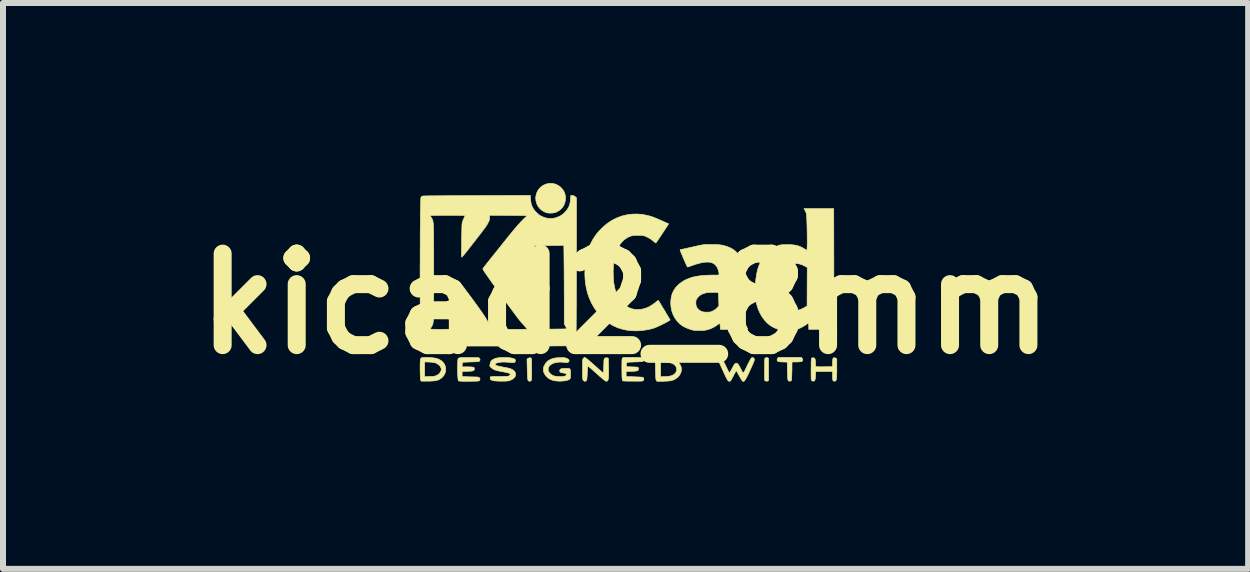
<source format=kicad_pcb>
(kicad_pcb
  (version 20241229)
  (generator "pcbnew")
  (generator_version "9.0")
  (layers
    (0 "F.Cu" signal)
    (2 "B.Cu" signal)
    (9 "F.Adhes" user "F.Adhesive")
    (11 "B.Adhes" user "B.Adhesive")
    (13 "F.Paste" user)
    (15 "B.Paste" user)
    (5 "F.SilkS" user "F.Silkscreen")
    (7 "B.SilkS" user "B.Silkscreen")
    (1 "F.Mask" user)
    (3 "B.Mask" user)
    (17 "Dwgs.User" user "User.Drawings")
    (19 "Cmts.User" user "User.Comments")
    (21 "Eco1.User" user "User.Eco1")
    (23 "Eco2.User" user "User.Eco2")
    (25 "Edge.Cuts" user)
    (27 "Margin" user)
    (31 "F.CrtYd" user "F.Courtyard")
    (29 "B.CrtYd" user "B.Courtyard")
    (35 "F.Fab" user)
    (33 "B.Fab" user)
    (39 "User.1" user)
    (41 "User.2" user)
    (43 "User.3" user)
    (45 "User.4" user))
  (footprint "kicad2_8mm"
    (layer "F.Cu")
    (at 7.373 2.011)
    (property "Reference" "kicad2_8mm" (at 0 0 0) (layer "F.SilkS") (effects (font (size 1.524 1.524) (thickness 0.3))))
    (attr through_hole)
    (fp_poly (pts (xy 2.361 0.898) (xy 2.369 0.902) (xy 2.383 0.91) (xy 2.383 1.28) (xy 2.368 1.287) (xy 2.357 1.292) (xy 2.347 1.291) (xy 2.337 1.287) (xy 2.325 1.282) (xy 2.318 1.278) (xy 2.318 1.278) (xy 2.317 1.272) (xy 2.317 1.258) (xy 2.316 1.236) (xy 2.316 1.207) (xy 2.316 1.173) (xy 2.316 1.134) (xy 2.316 1.094) (xy 2.316 1.046) (xy 2.317 1.007) (xy 2.317 0.977) (xy 2.318 0.953) (xy 2.318 0.935) (xy 2.32 0.923) (xy 2.321 0.915) (xy 2.323 0.91) (xy 2.325 0.907) (xy 2.326 0.906) (xy 2.344 0.897) (xy 2.361 0.898)) (stroke (width 0.01) (type solid)) (fill yes) (layer "F.SilkS"))
    (fp_poly (pts (xy -1.58 0.902) (xy -1.57 0.911) (xy -1.568 0.916) (xy -1.567 0.924) (xy -1.566 0.941) (xy -1.566 0.965) (xy -1.565 0.996) (xy -1.565 1.031) (xy -1.564 1.07) (xy -1.564 1.096) (xy -1.564 1.143) (xy -1.564 1.181) (xy -1.564 1.21) (xy -1.565 1.233) (xy -1.565 1.249) (xy -1.567 1.261) (xy -1.568 1.269) (xy -1.57 1.275) (xy -1.571 1.277) (xy -1.584 1.289) (xy -1.599 1.292) (xy -1.608 1.289) (xy -1.615 1.286) (xy -1.62 1.282) (xy -1.624 1.276) (xy -1.627 1.267) (xy -1.63 1.255) (xy -1.632 1.237) (xy -1.633 1.213) (xy -1.635 1.183) (xy -1.636 1.144) (xy -1.638 1.096) (xy -1.638 1.093) (xy -1.642 0.923) (xy -1.63 0.914) (xy -1.612 0.904) (xy -1.595 0.9) (xy -1.58 0.902)) (stroke (width 0.01) (type solid)) (fill yes) (layer "F.SilkS"))
    (fp_poly (pts (xy -1.197 -2.001) (xy -1.154 -1.988) (xy -1.112 -1.965) (xy -1.081 -1.941) (xy -1.047 -1.904) (xy -1.022 -1.863) (xy -1.007 -1.818) (xy -1 -1.769) (xy -1 -1.758) (xy -1.005 -1.707) (xy -1.019 -1.661) (xy -1.041 -1.618) (xy -1.072 -1.582) (xy -1.109 -1.551) (xy -1.154 -1.527) (xy -1.183 -1.517) (xy -1.211 -1.512) (xy -1.243 -1.51) (xy -1.277 -1.511) (xy -1.306 -1.515) (xy -1.312 -1.516) (xy -1.358 -1.534) (xy -1.398 -1.559) (xy -1.433 -1.591) (xy -1.461 -1.629) (xy -1.481 -1.671) (xy -1.493 -1.716) (xy -1.497 -1.764) (xy -1.494 -1.793) (xy -1.482 -1.841) (xy -1.463 -1.883) (xy -1.436 -1.92) (xy -1.404 -1.951) (xy -1.368 -1.975) (xy -1.328 -1.993) (xy -1.285 -2.003) (xy -1.241 -2.006) (xy -1.197 -2.001)) (stroke (width 0.01) (type solid)) (fill yes) (layer "F.SilkS"))
    (fp_poly (pts (xy 2.94 0.906) (xy 2.949 0.921) (xy 2.951 0.938) (xy 2.947 0.954) (xy 2.947 0.954) (xy 2.938 0.961) (xy 2.92 0.965) (xy 2.893 0.968) (xy 2.857 0.97) (xy 2.836 0.97) (xy 2.774 0.97) (xy 2.773 1.048) (xy 2.773 1.084) (xy 2.772 1.125) (xy 2.771 1.165) (xy 2.769 1.201) (xy 2.769 1.201) (xy 2.766 1.277) (xy 2.751 1.286) (xy 2.737 1.291) (xy 2.725 1.289) (xy 2.718 1.286) (xy 2.713 1.281) (xy 2.708 1.275) (xy 2.705 1.265) (xy 2.703 1.251) (xy 2.701 1.232) (xy 2.7 1.206) (xy 2.699 1.173) (xy 2.698 1.131) (xy 2.697 1.118) (xy 2.695 0.973) (xy 2.62 0.97) (xy 2.59 0.969) (xy 2.568 0.967) (xy 2.553 0.965) (xy 2.543 0.963) (xy 2.537 0.959) (xy 2.535 0.958) (xy 2.526 0.944) (xy 2.526 0.927) (xy 2.534 0.909) (xy 2.535 0.907) (xy 2.546 0.894) (xy 2.929 0.894) (xy 2.94 0.906)) (stroke (width 0.01) (type solid)) (fill yes) (layer "F.SilkS"))
    (fp_poly (pts (xy -3.291 0.895) (xy -3.257 0.897) (xy -3.223 0.9) (xy -3.191 0.903) (xy -3.163 0.908) (xy -3.143 0.913) (xy -3.1 0.93) (xy -3.063 0.954) (xy -3.033 0.984) (xy -3.011 1.02) (xy -3.007 1.03) (xy -2.997 1.069) (xy -2.996 1.109) (xy -3.004 1.147) (xy -3.02 1.183) (xy -3.044 1.216) (xy -3.074 1.244) (xy -3.11 1.265) (xy -3.122 1.27) (xy -3.144 1.277) (xy -3.168 1.282) (xy -3.197 1.286) (xy -3.231 1.288) (xy -3.272 1.29) (xy -3.313 1.29) (xy -3.403 1.29) (xy -3.412 1.278) (xy -3.414 1.272) (xy -3.416 1.265) (xy -3.418 1.253) (xy -3.419 1.237) (xy -3.42 1.215) (xy -3.348 1.215) (xy -3.268 1.213) (xy -3.235 1.212) (xy -3.211 1.211) (xy -3.193 1.209) (xy -3.178 1.206) (xy -3.165 1.202) (xy -3.158 1.199) (xy -3.124 1.182) (xy -3.099 1.159) (xy -3.08 1.131) (xy -3.071 1.105) (xy -3.071 1.08) (xy -3.081 1.055) (xy -3.087 1.044) (xy -3.105 1.025) (xy -3.128 1.006) (xy -3.153 0.992) (xy -3.169 0.986) (xy -3.201 0.979) (xy -3.238 0.974) (xy -3.278 0.971) (xy -3.303 0.97) (xy -3.348 0.97) (xy -3.348 1.215) (xy -3.42 1.215) (xy -3.42 1.214) (xy -3.421 1.184) (xy -3.422 1.146) (xy -3.423 1.124) (xy -3.423 1.068) (xy -3.423 1.022) (xy -3.422 0.985) (xy -3.42 0.955) (xy -3.417 0.933) (xy -3.413 0.917) (xy -3.408 0.907) (xy -3.406 0.905) (xy -3.396 0.9) (xy -3.378 0.897) (xy -3.353 0.895) (xy -3.324 0.895) (xy -3.291 0.895)) (stroke (width 0.01) (type solid)) (fill yes) (layer "F.SilkS"))
    (fp_poly (pts (xy 0.648 0.896) (xy 0.686 0.899) (xy 0.721 0.903) (xy 0.752 0.907) (xy 0.767 0.91) (xy 0.812 0.926) (xy 0.852 0.95) (xy 0.886 0.982) (xy 0.912 1.02) (xy 0.917 1.029) (xy 0.929 1.064) (xy 0.932 1.1) (xy 0.926 1.135) (xy 0.912 1.17) (xy 0.891 1.201) (xy 0.864 1.229) (xy 0.831 1.253) (xy 0.793 1.272) (xy 0.751 1.283) (xy 0.739 1.285) (xy 0.72 1.287) (xy 0.695 1.289) (xy 0.667 1.29) (xy 0.636 1.292) (xy 0.606 1.292) (xy 0.578 1.293) (xy 0.554 1.293) (xy 0.536 1.292) (xy 0.526 1.291) (xy 0.525 1.291) (xy 0.519 1.287) (xy 0.514 1.282) (xy 0.511 1.274) (xy 0.507 1.262) (xy 0.505 1.246) (xy 0.503 1.224) (xy 0.502 1.195) (xy 0.501 1.158) (xy 0.5 1.113) (xy 0.499 1.102) (xy 0.584 1.102) (xy 0.584 1.135) (xy 0.584 1.164) (xy 0.584 1.188) (xy 0.584 1.205) (xy 0.584 1.215) (xy 0.584 1.216) (xy 0.589 1.217) (xy 0.6 1.216) (xy 0.608 1.216) (xy 0.624 1.215) (xy 0.647 1.214) (xy 0.672 1.213) (xy 0.683 1.212) (xy 0.73 1.208) (xy 0.768 1.198) (xy 0.799 1.183) (xy 0.824 1.163) (xy 0.839 1.144) (xy 0.851 1.117) (xy 0.853 1.089) (xy 0.847 1.062) (xy 0.833 1.036) (xy 0.812 1.014) (xy 0.784 0.997) (xy 0.76 0.988) (xy 0.729 0.981) (xy 0.691 0.975) (xy 0.652 0.972) (xy 0.621 0.97) (xy 0.602 0.971) (xy 0.591 0.972) (xy 0.586 0.974) (xy 0.584 0.979) (xy 0.584 0.98) (xy 0.584 0.988) (xy 0.584 1.005) (xy 0.584 1.028) (xy 0.584 1.057) (xy 0.584 1.089) (xy 0.584 1.102) (xy 0.499 1.102) (xy 0.499 1.087) (xy 0.496 0.921) (xy 0.514 0.909) (xy 0.523 0.903) (xy 0.534 0.899) (xy 0.548 0.897) (xy 0.568 0.895) (xy 0.581 0.895) (xy 0.613 0.895) (xy 0.648 0.896)) (stroke (width 0.01) (type solid)) (fill yes) (layer "F.SilkS"))
    (fp_poly (pts (xy 3.136 0.901) (xy 3.144 0.904) (xy 3.153 0.913) (xy 3.16 0.929) (xy 3.164 0.953) (xy 3.165 0.986) (xy 3.165 0.99) (xy 3.165 1.012) (xy 3.166 1.03) (xy 3.168 1.042) (xy 3.169 1.045) (xy 3.173 1.047) (xy 3.181 1.049) (xy 3.195 1.05) (xy 3.216 1.05) (xy 3.245 1.051) (xy 3.282 1.051) (xy 3.31 1.05) (xy 3.447 1.049) (xy 3.449 0.982) (xy 3.451 0.95) (xy 3.453 0.926) (xy 3.456 0.912) (xy 3.459 0.908) (xy 3.471 0.9) (xy 3.487 0.9) (xy 3.503 0.907) (xy 3.507 0.91) (xy 3.52 0.92) (xy 3.52 1.068) (xy 3.52 1.122) (xy 3.519 1.166) (xy 3.518 1.202) (xy 3.517 1.23) (xy 3.514 1.251) (xy 3.511 1.267) (xy 3.507 1.278) (xy 3.501 1.285) (xy 3.494 1.289) (xy 3.486 1.29) (xy 3.48 1.29) (xy 3.469 1.289) (xy 3.461 1.285) (xy 3.455 1.277) (xy 3.452 1.263) (xy 3.45 1.241) (xy 3.449 1.212) (xy 3.449 1.2) (xy 3.449 1.128) (xy 3.31 1.128) (xy 3.269 1.128) (xy 3.237 1.128) (xy 3.212 1.128) (xy 3.194 1.129) (xy 3.183 1.13) (xy 3.175 1.131) (xy 3.171 1.133) (xy 3.169 1.136) (xy 3.169 1.137) (xy 3.168 1.145) (xy 3.167 1.162) (xy 3.166 1.182) (xy 3.165 1.194) (xy 3.164 1.228) (xy 3.16 1.254) (xy 3.155 1.272) (xy 3.147 1.283) (xy 3.135 1.289) (xy 3.122 1.29) (xy 3.108 1.285) (xy 3.1 1.277) (xy 3.098 1.272) (xy 3.096 1.266) (xy 3.094 1.258) (xy 3.093 1.247) (xy 3.093 1.231) (xy 3.092 1.209) (xy 3.092 1.18) (xy 3.092 1.144) (xy 3.092 1.099) (xy 3.092 1.088) (xy 3.093 1.041) (xy 3.093 1.003) (xy 3.093 0.974) (xy 3.094 0.951) (xy 3.095 0.934) (xy 3.096 0.923) (xy 3.097 0.915) (xy 3.099 0.91) (xy 3.101 0.907) (xy 3.102 0.906) (xy 3.118 0.9) (xy 3.136 0.901)) (stroke (width 0.01) (type solid)) (fill yes) (layer "F.SilkS"))
    (fp_poly (pts (xy -1.047 0.898) (xy -1.022 0.9) (xy -1.004 0.902) (xy -0.988 0.907) (xy -0.988 0.907) (xy -0.963 0.918) (xy -0.947 0.931) (xy -0.94 0.945) (xy -0.942 0.96) (xy -0.95 0.97) (xy -0.957 0.976) (xy -0.965 0.979) (xy -0.978 0.98) (xy -0.995 0.979) (xy -1.02 0.977) (xy -1.042 0.974) (xy -1.086 0.972) (xy -1.13 0.975) (xy -1.171 0.982) (xy -1.208 0.994) (xy -1.239 1.01) (xy -1.263 1.029) (xy -1.271 1.039) (xy -1.286 1.067) (xy -1.29 1.095) (xy -1.285 1.122) (xy -1.269 1.149) (xy -1.262 1.157) (xy -1.239 1.179) (xy -1.214 1.194) (xy -1.183 1.205) (xy -1.147 1.211) (xy -1.12 1.213) (xy -1.076 1.214) (xy -1.042 1.212) (xy -1.016 1.208) (xy -0.999 1.201) (xy -0.989 1.191) (xy -0.986 1.178) (xy -0.986 1.175) (xy -0.988 1.168) (xy -0.991 1.164) (xy -0.999 1.161) (xy -1.012 1.158) (xy -1.033 1.155) (xy -1.061 1.15) (xy -1.08 1.144) (xy -1.092 1.136) (xy -1.097 1.124) (xy -1.097 1.118) (xy -1.095 1.104) (xy -1.088 1.093) (xy -1.075 1.085) (xy -1.055 1.08) (xy -1.026 1.078) (xy -0.992 1.077) (xy -0.966 1.077) (xy -0.946 1.079) (xy -0.933 1.083) (xy -0.924 1.091) (xy -0.92 1.104) (xy -0.917 1.125) (xy -0.917 1.153) (xy -0.917 1.171) (xy -0.917 1.202) (xy -0.918 1.225) (xy -0.921 1.241) (xy -0.926 1.252) (xy -0.935 1.26) (xy -0.949 1.267) (xy -0.969 1.274) (xy -0.973 1.276) (xy -0.997 1.282) (xy -1.028 1.286) (xy -1.064 1.289) (xy -1.102 1.29) (xy -1.138 1.288) (xy -1.171 1.285) (xy -1.198 1.28) (xy -1.245 1.264) (xy -1.284 1.243) (xy -1.316 1.215) (xy -1.342 1.181) (xy -1.352 1.162) (xy -1.362 1.142) (xy -1.367 1.126) (xy -1.369 1.107) (xy -1.369 1.095) (xy -1.368 1.074) (xy -1.365 1.056) (xy -1.358 1.039) (xy -1.351 1.025) (xy -1.328 0.988) (xy -1.3 0.957) (xy -1.264 0.934) (xy -1.222 0.916) (xy -1.172 0.904) (xy -1.115 0.899) (xy -1.079 0.898) (xy -1.047 0.898)) (stroke (width 0.01) (type solid)) (fill yes) (layer "F.SilkS"))
    (fp_poly (pts (xy -2.626 0.897) (xy -2.612 0.897) (xy -2.449 0.897) (xy -2.435 0.91) (xy -2.426 0.921) (xy -2.424 0.932) (xy -2.426 0.939) (xy -2.431 0.952) (xy -2.44 0.961) (xy -2.449 0.963) (xy -2.467 0.965) (xy -2.494 0.967) (xy -2.528 0.968) (xy -2.57 0.97) (xy -2.582 0.97) (xy -2.617 0.971) (xy -2.649 0.973) (xy -2.677 0.974) (xy -2.698 0.975) (xy -2.711 0.976) (xy -2.716 0.977) (xy -2.717 0.983) (xy -2.719 0.996) (xy -2.721 1.014) (xy -2.721 1.015) (xy -2.724 1.051) (xy -2.641 1.051) (xy -2.611 1.052) (xy -2.584 1.053) (xy -2.561 1.054) (xy -2.544 1.056) (xy -2.539 1.057) (xy -2.526 1.061) (xy -2.521 1.067) (xy -2.52 1.079) (xy -2.52 1.081) (xy -2.521 1.097) (xy -2.525 1.108) (xy -2.535 1.115) (xy -2.552 1.12) (xy -2.576 1.123) (xy -2.579 1.123) (xy -2.606 1.125) (xy -2.637 1.126) (xy -2.667 1.127) (xy -2.673 1.127) (xy -2.723 1.128) (xy -2.723 1.213) (xy -2.653 1.216) (xy -2.622 1.217) (xy -2.587 1.218) (xy -2.555 1.219) (xy -2.53 1.219) (xy -2.496 1.22) (xy -2.471 1.221) (xy -2.453 1.224) (xy -2.441 1.228) (xy -2.433 1.234) (xy -2.43 1.238) (xy -2.425 1.248) (xy -2.426 1.259) (xy -2.428 1.267) (xy -2.434 1.28) (xy -2.443 1.286) (xy -2.45 1.287) (xy -2.464 1.289) (xy -2.486 1.29) (xy -2.514 1.291) (xy -2.547 1.291) (xy -2.584 1.292) (xy -2.622 1.292) (xy -2.659 1.292) (xy -2.694 1.292) (xy -2.701 1.292) (xy -2.731 1.291) (xy -2.752 1.29) (xy -2.766 1.289) (xy -2.775 1.287) (xy -2.781 1.285) (xy -2.785 1.281) (xy -2.787 1.278) (xy -2.79 1.269) (xy -2.792 1.25) (xy -2.794 1.225) (xy -2.796 1.195) (xy -2.798 1.16) (xy -2.799 1.123) (xy -2.799 1.084) (xy -2.799 1.046) (xy -2.798 1.011) (xy -2.797 0.984) (xy -2.796 0.961) (xy -2.795 0.942) (xy -2.793 0.928) (xy -2.789 0.916) (xy -2.782 0.908) (xy -2.772 0.903) (xy -2.756 0.899) (xy -2.735 0.897) (xy -2.707 0.897) (xy -2.671 0.896) (xy -2.626 0.897)) (stroke (width 0.01) (type solid)) (fill yes) (layer "F.SilkS"))
    (fp_poly (pts (xy -0.675 0.896) (xy -0.664 0.903) (xy -0.648 0.914) (xy -0.627 0.931) (xy -0.601 0.953) (xy -0.569 0.981) (xy -0.53 1.016) (xy -0.484 1.056) (xy -0.47 1.069) (xy -0.438 1.098) (xy -0.413 1.12) (xy -0.394 1.136) (xy -0.38 1.147) (xy -0.372 1.152) (xy -0.369 1.153) (xy -0.369 1.153) (xy -0.368 1.147) (xy -0.367 1.133) (xy -0.366 1.112) (xy -0.365 1.085) (xy -0.364 1.053) (xy -0.363 1.035) (xy -0.362 0.998) (xy -0.361 0.969) (xy -0.36 0.949) (xy -0.358 0.934) (xy -0.357 0.924) (xy -0.354 0.918) (xy -0.351 0.913) (xy -0.348 0.91) (xy -0.347 0.909) (xy -0.328 0.9) (xy -0.307 0.901) (xy -0.298 0.905) (xy -0.286 0.91) (xy -0.283 1.056) (xy -0.282 1.109) (xy -0.282 1.154) (xy -0.282 1.19) (xy -0.283 1.219) (xy -0.285 1.241) (xy -0.288 1.258) (xy -0.292 1.271) (xy -0.297 1.28) (xy -0.301 1.284) (xy -0.306 1.288) (xy -0.311 1.291) (xy -0.317 1.292) (xy -0.325 1.29) (xy -0.335 1.286) (xy -0.347 1.277) (xy -0.364 1.265) (xy -0.384 1.248) (xy -0.41 1.226) (xy -0.441 1.199) (xy -0.478 1.166) (xy -0.515 1.133) (xy -0.543 1.108) (xy -0.568 1.086) (xy -0.59 1.067) (xy -0.608 1.053) (xy -0.62 1.043) (xy -0.626 1.039) (xy -0.627 1.039) (xy -0.629 1.043) (xy -0.631 1.054) (xy -0.633 1.073) (xy -0.635 1.102) (xy -0.637 1.14) (xy -0.638 1.154) (xy -0.639 1.192) (xy -0.641 1.221) (xy -0.643 1.242) (xy -0.644 1.257) (xy -0.646 1.267) (xy -0.649 1.274) (xy -0.652 1.278) (xy -0.653 1.28) (xy -0.669 1.291) (xy -0.684 1.292) (xy -0.694 1.286) (xy -0.7 1.281) (xy -0.705 1.275) (xy -0.709 1.268) (xy -0.712 1.258) (xy -0.714 1.244) (xy -0.716 1.225) (xy -0.716 1.2) (xy -0.717 1.167) (xy -0.717 1.127) (xy -0.717 1.097) (xy -0.717 1.058) (xy -0.717 1.021) (xy -0.716 0.989) (xy -0.716 0.962) (xy -0.715 0.942) (xy -0.714 0.931) (xy -0.714 0.929) (xy -0.707 0.915) (xy -0.697 0.903) (xy -0.686 0.895) (xy -0.682 0.894) (xy -0.675 0.896)) (stroke (width 0.01) (type solid)) (fill yes) (layer "F.SilkS"))
    (fp_poly (pts (xy 0.101 0.894) (xy 0.152 0.895) (xy 0.194 0.895) (xy 0.228 0.896) (xy 0.254 0.898) (xy 0.274 0.9) (xy 0.287 0.903) (xy 0.296 0.906) (xy 0.3 0.91) (xy 0.303 0.92) (xy 0.305 0.933) (xy 0.304 0.942) (xy 0.302 0.95) (xy 0.297 0.955) (xy 0.288 0.96) (xy 0.274 0.963) (xy 0.254 0.965) (xy 0.227 0.967) (xy 0.192 0.969) (xy 0.152 0.97) (xy 0.117 0.971) (xy 0.086 0.972) (xy 0.059 0.974) (xy 0.038 0.976) (xy 0.025 0.977) (xy 0.021 0.978) (xy 0.018 0.985) (xy 0.016 1) (xy 0.014 1.016) (xy 0.013 1.049) (xy 0.108 1.052) (xy 0.14 1.053) (xy 0.168 1.054) (xy 0.189 1.056) (xy 0.203 1.058) (xy 0.208 1.059) (xy 0.215 1.073) (xy 0.216 1.09) (xy 0.211 1.106) (xy 0.209 1.107) (xy 0.203 1.114) (xy 0.193 1.118) (xy 0.179 1.121) (xy 0.159 1.123) (xy 0.136 1.125) (xy 0.107 1.126) (xy 0.078 1.127) (xy 0.065 1.127) (xy 0.01 1.128) (xy 0.01 1.214) (xy 0.034 1.215) (xy 0.08 1.215) (xy 0.124 1.217) (xy 0.166 1.218) (xy 0.203 1.22) (xy 0.236 1.221) (xy 0.263 1.223) (xy 0.282 1.225) (xy 0.293 1.227) (xy 0.295 1.227) (xy 0.299 1.236) (xy 0.303 1.249) (xy 0.303 1.251) (xy 0.304 1.266) (xy 0.298 1.277) (xy 0.295 1.28) (xy 0.292 1.283) (xy 0.288 1.285) (xy 0.282 1.287) (xy 0.274 1.288) (xy 0.261 1.289) (xy 0.243 1.29) (xy 0.219 1.29) (xy 0.187 1.29) (xy 0.147 1.29) (xy 0.123 1.29) (xy 0.083 1.29) (xy 0.047 1.29) (xy 0.015 1.289) (xy -0.012 1.288) (xy -0.031 1.287) (xy -0.043 1.286) (xy -0.045 1.286) (xy -0.049 1.281) (xy -0.052 1.274) (xy -0.055 1.261) (xy -0.057 1.244) (xy -0.059 1.22) (xy -0.06 1.189) (xy -0.06 1.15) (xy -0.061 1.103) (xy -0.061 1.08) (xy -0.061 1.036) (xy -0.061 1.001) (xy -0.06 0.974) (xy -0.06 0.953) (xy -0.059 0.938) (xy -0.058 0.927) (xy -0.056 0.92) (xy -0.054 0.914) (xy -0.051 0.91) (xy -0.05 0.909) (xy -0.04 0.894) (xy 0.101 0.894)) (stroke (width 0.01) (type solid)) (fill yes) (layer "F.SilkS"))
    (fp_poly (pts (xy -1.97 0.896) (xy -1.931 0.9) (xy -1.897 0.905) (xy -1.87 0.912) (xy -1.85 0.921) (xy -1.839 0.93) (xy -1.838 0.932) (xy -1.835 0.949) (xy -1.84 0.966) (xy -1.85 0.977) (xy -1.856 0.98) (xy -1.864 0.981) (xy -1.875 0.982) (xy -1.892 0.981) (xy -1.916 0.979) (xy -1.945 0.976) (xy -1.981 0.973) (xy -2.009 0.972) (xy -2.033 0.971) (xy -2.055 0.972) (xy -2.078 0.974) (xy -2.082 0.974) (xy -2.119 0.98) (xy -2.146 0.987) (xy -2.163 0.995) (xy -2.171 1.005) (xy -2.172 1.008) (xy -2.171 1.014) (xy -2.167 1.02) (xy -2.16 1.025) (xy -2.148 1.03) (xy -2.131 1.036) (xy -2.107 1.041) (xy -2.077 1.048) (xy -2.039 1.056) (xy -1.992 1.065) (xy -1.968 1.069) (xy -1.923 1.08) (xy -1.887 1.096) (xy -1.86 1.115) (xy -1.841 1.139) (xy -1.834 1.159) (xy -1.831 1.184) (xy -1.837 1.208) (xy -1.853 1.23) (xy -1.861 1.239) (xy -1.892 1.262) (xy -1.925 1.278) (xy -1.95 1.285) (xy -1.967 1.287) (xy -1.993 1.289) (xy -2.024 1.29) (xy -2.058 1.29) (xy -2.094 1.29) (xy -2.128 1.289) (xy -2.159 1.287) (xy -2.184 1.285) (xy -2.199 1.282) (xy -2.224 1.276) (xy -2.241 1.269) (xy -2.251 1.26) (xy -2.255 1.248) (xy -2.256 1.24) (xy -2.254 1.226) (xy -2.25 1.217) (xy -2.249 1.216) (xy -2.243 1.215) (xy -2.227 1.214) (xy -2.204 1.213) (xy -2.176 1.212) (xy -2.142 1.212) (xy -2.105 1.212) (xy -2.101 1.212) (xy -2.059 1.212) (xy -2.026 1.211) (xy -2.001 1.211) (xy -1.982 1.21) (xy -1.968 1.209) (xy -1.958 1.208) (xy -1.951 1.206) (xy -1.945 1.203) (xy -1.939 1.2) (xy -1.939 1.2) (xy -1.925 1.188) (xy -1.92 1.176) (xy -1.925 1.166) (xy -1.927 1.164) (xy -1.936 1.159) (xy -1.954 1.153) (xy -1.981 1.147) (xy -2.017 1.139) (xy -2.062 1.13) (xy -2.075 1.128) (xy -2.116 1.12) (xy -2.149 1.112) (xy -2.174 1.104) (xy -2.196 1.095) (xy -2.214 1.084) (xy -2.231 1.071) (xy -2.237 1.066) (xy -2.262 1.043) (xy -2.259 1.015) (xy -2.253 0.984) (xy -2.243 0.96) (xy -2.225 0.941) (xy -2.213 0.932) (xy -2.19 0.919) (xy -2.165 0.91) (xy -2.135 0.903) (xy -2.098 0.898) (xy -2.057 0.896) (xy -2.012 0.895) (xy -1.97 0.896)) (stroke (width 0.01) (type solid)) (fill yes) (layer "F.SilkS"))
    (fp_poly (pts (xy 2.131 0.902) (xy 2.137 0.907) (xy 2.146 0.919) (xy 2.148 0.931) (xy 2.147 0.937) (xy 2.144 0.948) (xy 2.137 0.966) (xy 2.127 0.991) (xy 2.115 1.02) (xy 2.1 1.053) (xy 2.084 1.088) (xy 2.068 1.123) (xy 2.052 1.158) (xy 2.036 1.19) (xy 2.023 1.217) (xy 2.006 1.248) (xy 1.993 1.27) (xy 1.981 1.285) (xy 1.971 1.293) (xy 1.962 1.294) (xy 1.952 1.29) (xy 1.948 1.288) (xy 1.941 1.28) (xy 1.931 1.264) (xy 1.918 1.243) (xy 1.903 1.217) (xy 1.891 1.195) (xy 1.875 1.166) (xy 1.863 1.144) (xy 1.855 1.13) (xy 1.849 1.122) (xy 1.845 1.119) (xy 1.842 1.119) (xy 1.84 1.121) (xy 1.836 1.128) (xy 1.828 1.143) (xy 1.817 1.163) (xy 1.804 1.187) (xy 1.798 1.199) (xy 1.785 1.224) (xy 1.773 1.246) (xy 1.763 1.264) (xy 1.756 1.276) (xy 1.754 1.278) (xy 1.74 1.291) (xy 1.725 1.293) (xy 1.711 1.285) (xy 1.71 1.284) (xy 1.703 1.276) (xy 1.695 1.263) (xy 1.685 1.246) (xy 1.674 1.223) (xy 1.659 1.193) (xy 1.642 1.156) (xy 1.621 1.11) (xy 1.62 1.108) (xy 1.599 1.063) (xy 1.582 1.025) (xy 1.569 0.995) (xy 1.56 0.972) (xy 1.553 0.954) (xy 1.549 0.94) (xy 1.548 0.93) (xy 1.548 0.922) (xy 1.551 0.917) (xy 1.555 0.912) (xy 1.555 0.911) (xy 1.57 0.901) (xy 1.587 0.9) (xy 1.602 0.909) (xy 1.604 0.911) (xy 1.609 0.918) (xy 1.618 0.934) (xy 1.63 0.955) (xy 1.643 0.982) (xy 1.659 1.013) (xy 1.671 1.038) (xy 1.686 1.069) (xy 1.7 1.097) (xy 1.712 1.121) (xy 1.722 1.139) (xy 1.728 1.15) (xy 1.731 1.153) (xy 1.735 1.149) (xy 1.742 1.137) (xy 1.753 1.12) (xy 1.765 1.098) (xy 1.77 1.088) (xy 1.788 1.056) (xy 1.801 1.032) (xy 1.812 1.014) (xy 1.821 1.002) (xy 1.829 0.995) (xy 1.837 0.992) (xy 1.845 0.991) (xy 1.847 0.991) (xy 1.855 0.992) (xy 1.863 0.996) (xy 1.872 1.004) (xy 1.882 1.017) (xy 1.894 1.036) (xy 1.908 1.063) (xy 1.92 1.085) (xy 1.933 1.11) (xy 1.943 1.129) (xy 1.951 1.142) (xy 1.958 1.148) (xy 1.965 1.148) (xy 1.973 1.14) (xy 1.982 1.125) (xy 1.994 1.101) (xy 2.009 1.07) (xy 2.021 1.044) (xy 2.037 1.011) (xy 2.053 0.981) (xy 2.067 0.954) (xy 2.078 0.932) (xy 2.087 0.917) (xy 2.091 0.911) (xy 2.104 0.898) (xy 2.117 0.895) (xy 2.131 0.902)) (stroke (width 0.01) (type solid)) (fill yes) (layer "F.SilkS"))
    (fp_poly (pts (xy 0.281 -1.488) (xy 0.37 -1.47) (xy 0.396 -1.463) (xy 0.43 -1.453) (xy 0.465 -1.441) (xy 0.502 -1.426) (xy 0.544 -1.409) (xy 0.592 -1.388) (xy 0.621 -1.375) (xy 0.648 -1.362) (xy 0.672 -1.352) (xy 0.692 -1.343) (xy 0.705 -1.338) (xy 0.711 -1.336) (xy 0.715 -1.335) (xy 0.715 -1.331) (xy 0.711 -1.321) (xy 0.701 -1.305) (xy 0.7 -1.303) (xy 0.691 -1.29) (xy 0.679 -1.271) (xy 0.663 -1.247) (xy 0.645 -1.219) (xy 0.625 -1.189) (xy 0.604 -1.158) (xy 0.584 -1.127) (xy 0.564 -1.098) (xy 0.547 -1.072) (xy 0.532 -1.05) (xy 0.521 -1.034) (xy 0.514 -1.024) (xy 0.513 -1.023) (xy 0.504 -1.011) (xy 0.461 -1.046) (xy 0.414 -1.081) (xy 0.369 -1.107) (xy 0.324 -1.127) (xy 0.32 -1.128) (xy 0.306 -1.133) (xy 0.292 -1.136) (xy 0.276 -1.138) (xy 0.257 -1.139) (xy 0.231 -1.14) (xy 0.208 -1.14) (xy 0.17 -1.14) (xy 0.139 -1.138) (xy 0.113 -1.134) (xy 0.089 -1.128) (xy 0.065 -1.119) (xy 0.038 -1.106) (xy 0.035 -1.105) (xy 0.005 -1.086) (xy -0.027 -1.061) (xy -0.058 -1.031) (xy -0.084 -1) (xy -0.089 -0.993) (xy -0.123 -0.937) (xy -0.152 -0.872) (xy -0.175 -0.8) (xy -0.191 -0.721) (xy -0.202 -0.636) (xy -0.206 -0.544) (xy -0.204 -0.447) (xy -0.203 -0.434) (xy -0.196 -0.349) (xy -0.183 -0.273) (xy -0.164 -0.204) (xy -0.14 -0.142) (xy -0.11 -0.087) (xy -0.073 -0.038) (xy -0.03 0.006) (xy 0.005 0.034) (xy 0.05 0.062) (xy 0.097 0.082) (xy 0.147 0.093) (xy 0.203 0.097) (xy 0.206 0.097) (xy 0.267 0.092) (xy 0.328 0.077) (xy 0.389 0.052) (xy 0.449 0.016) (xy 0.509 -0.029) (xy 0.51 -0.03) (xy 0.525 -0.042) (xy 0.537 -0.051) (xy 0.544 -0.056) (xy 0.544 -0.056) (xy 0.549 -0.052) (xy 0.556 -0.042) (xy 0.558 -0.039) (xy 0.563 -0.031) (xy 0.572 -0.015) (xy 0.585 0.007) (xy 0.602 0.034) (xy 0.621 0.066) (xy 0.642 0.1) (xy 0.655 0.121) (xy 0.675 0.156) (xy 0.694 0.188) (xy 0.711 0.216) (xy 0.725 0.239) (xy 0.735 0.257) (xy 0.741 0.267) (xy 0.742 0.27) (xy 0.737 0.275) (xy 0.725 0.283) (xy 0.706 0.294) (xy 0.682 0.308) (xy 0.654 0.323) (xy 0.623 0.338) (xy 0.591 0.354) (xy 0.559 0.369) (xy 0.529 0.383) (xy 0.501 0.395) (xy 0.477 0.404) (xy 0.466 0.408) (xy 0.415 0.422) (xy 0.358 0.434) (xy 0.295 0.443) (xy 0.253 0.447) (xy 0.222 0.449) (xy 0.197 0.451) (xy 0.174 0.451) (xy 0.151 0.451) (xy 0.125 0.45) (xy 0.092 0.448) (xy 0.078 0.447) (xy 0.016 0.439) (xy -0.049 0.425) (xy -0.115 0.405) (xy -0.14 0.396) (xy -0.214 0.362) (xy -0.285 0.318) (xy -0.352 0.267) (xy -0.414 0.207) (xy -0.471 0.141) (xy -0.521 0.069) (xy -0.566 -0.009) (xy -0.603 -0.092) (xy -0.633 -0.178) (xy -0.64 -0.206) (xy -0.655 -0.27) (xy -0.666 -0.332) (xy -0.673 -0.395) (xy -0.677 -0.462) (xy -0.678 -0.518) (xy -0.674 -0.626) (xy -0.663 -0.728) (xy -0.644 -0.824) (xy -0.618 -0.914) (xy -0.583 -0.998) (xy -0.541 -1.077) (xy -0.491 -1.152) (xy -0.472 -1.176) (xy -0.447 -1.204) (xy -0.417 -1.236) (xy -0.383 -1.269) (xy -0.349 -1.3) (xy -0.318 -1.327) (xy -0.302 -1.339) (xy -0.227 -1.389) (xy -0.148 -1.429) (xy -0.066 -1.46) (xy 0.019 -1.481) (xy 0.105 -1.493) (xy 0.193 -1.495) (xy 0.281 -1.488)) (stroke (width 0.01) (type solid)) (fill yes) (layer "F.SilkS"))
    (fp_poly (pts (xy 3.471 -0.636) (xy 3.471 -0.519) (xy 3.471 -0.412) (xy 3.471 -0.314) (xy 3.472 -0.224) (xy 3.472 -0.143) (xy 3.472 -0.07) (xy 3.472 -0.005) (xy 3.473 0.053) (xy 3.473 0.105) (xy 3.474 0.151) (xy 3.474 0.191) (xy 3.475 0.225) (xy 3.476 0.255) (xy 3.477 0.28) (xy 3.478 0.301) (xy 3.479 0.319) (xy 3.481 0.334) (xy 3.483 0.346) (xy 3.484 0.356) (xy 3.487 0.364) (xy 3.489 0.371) (xy 3.492 0.377) (xy 3.495 0.382) (xy 3.498 0.388) (xy 3.502 0.394) (xy 3.504 0.398) (xy 3.521 0.427) (xy 3.053 0.427) (xy 3.053 0.382) (xy 3.052 0.356) (xy 3.051 0.338) (xy 3.047 0.329) (xy 3.041 0.327) (xy 3.032 0.331) (xy 3.029 0.333) (xy 2.977 0.369) (xy 2.927 0.397) (xy 2.879 0.419) (xy 2.836 0.433) (xy 2.817 0.437) (xy 2.796 0.44) (xy 2.771 0.442) (xy 2.739 0.444) (xy 2.708 0.445) (xy 2.678 0.445) (xy 2.653 0.446) (xy 2.632 0.446) (xy 2.618 0.445) (xy 2.614 0.445) (xy 2.607 0.443) (xy 2.592 0.439) (xy 2.574 0.435) (xy 2.57 0.434) (xy 2.538 0.425) (xy 2.501 0.41) (xy 2.463 0.393) (xy 2.428 0.373) (xy 2.406 0.359) (xy 2.356 0.317) (xy 2.31 0.266) (xy 2.269 0.209) (xy 2.234 0.145) (xy 2.205 0.076) (xy 2.183 0.003) (xy 2.177 -0.023) (xy 2.168 -0.082) (xy 2.162 -0.148) (xy 2.16 -0.221) (xy 2.161 -0.27) (xy 2.616 -0.27) (xy 2.616 -0.229) (xy 2.617 -0.19) (xy 2.618 -0.153) (xy 2.62 -0.121) (xy 2.622 -0.096) (xy 2.624 -0.082) (xy 2.637 -0.038) (xy 2.654 0.004) (xy 2.675 0.04) (xy 2.7 0.069) (xy 2.717 0.083) (xy 2.737 0.096) (xy 2.756 0.104) (xy 2.776 0.109) (xy 2.802 0.11) (xy 2.83 0.11) (xy 2.857 0.109) (xy 2.877 0.106) (xy 2.896 0.102) (xy 2.916 0.095) (xy 2.924 0.092) (xy 2.947 0.081) (xy 2.972 0.069) (xy 2.993 0.057) (xy 2.995 0.056) (xy 3.025 0.037) (xy 3.026 -0.283) (xy 3.028 -0.604) (xy 2.999 -0.621) (xy 2.949 -0.646) (xy 2.901 -0.662) (xy 2.855 -0.67) (xy 2.812 -0.669) (xy 2.773 -0.66) (xy 2.757 -0.654) (xy 2.725 -0.632) (xy 2.696 -0.602) (xy 2.671 -0.563) (xy 2.65 -0.516) (xy 2.634 -0.463) (xy 2.622 -0.402) (xy 2.622 -0.399) (xy 2.619 -0.376) (xy 2.618 -0.345) (xy 2.616 -0.309) (xy 2.616 -0.27) (xy 2.161 -0.27) (xy 2.162 -0.297) (xy 2.168 -0.377) (xy 2.172 -0.413) (xy 2.186 -0.503) (xy 2.206 -0.587) (xy 2.233 -0.663) (xy 2.266 -0.732) (xy 2.305 -0.793) (xy 2.349 -0.847) (xy 2.399 -0.893) (xy 2.455 -0.93) (xy 2.515 -0.959) (xy 2.534 -0.966) (xy 2.553 -0.972) (xy 2.569 -0.977) (xy 2.585 -0.98) (xy 2.602 -0.982) (xy 2.624 -0.983) (xy 2.652 -0.984) (xy 2.666 -0.984) (xy 2.727 -0.985) (xy 2.781 -0.982) (xy 2.827 -0.976) (xy 2.869 -0.967) (xy 2.907 -0.953) (xy 2.944 -0.936) (xy 2.972 -0.919) (xy 3.02 -0.889) (xy 3.024 -0.908) (xy 3.025 -0.923) (xy 3.026 -0.946) (xy 3.027 -0.978) (xy 3.028 -1.016) (xy 3.028 -1.058) (xy 3.027 -1.105) (xy 3.027 -1.154) (xy 3.026 -1.204) (xy 3.025 -1.255) (xy 3.024 -1.304) (xy 3.022 -1.35) (xy 3.021 -1.393) (xy 3.019 -1.431) (xy 3.017 -1.462) (xy 3.015 -1.486) (xy 3.012 -1.501) (xy 3.012 -1.501) (xy 3.007 -1.52) (xy 2.997 -1.541) (xy 2.99 -1.556) (xy 2.972 -1.585) (xy 3.469 -1.585) (xy 3.471 -0.636)) (stroke (width 0.01) (type solid)) (fill yes) (layer "F.SilkS"))
    (fp_poly (pts (xy 1.475 -0.987) (xy 1.52 -0.986) (xy 1.558 -0.983) (xy 1.592 -0.979) (xy 1.625 -0.973) (xy 1.657 -0.964) (xy 1.689 -0.954) (xy 1.741 -0.934) (xy 1.786 -0.909) (xy 1.828 -0.878) (xy 1.854 -0.853) (xy 1.885 -0.82) (xy 1.909 -0.786) (xy 1.93 -0.748) (xy 1.948 -0.704) (xy 1.963 -0.652) (xy 1.966 -0.643) (xy 1.969 -0.629) (xy 1.972 -0.612) (xy 1.975 -0.594) (xy 1.977 -0.572) (xy 1.979 -0.546) (xy 1.981 -0.516) (xy 1.983 -0.48) (xy 1.984 -0.438) (xy 1.986 -0.39) (xy 1.987 -0.335) (xy 1.988 -0.272) (xy 1.99 -0.2) (xy 1.991 -0.119) (xy 1.991 -0.079) (xy 1.992 -0.018) (xy 1.993 0.041) (xy 1.994 0.097) (xy 1.995 0.149) (xy 1.996 0.196) (xy 1.998 0.237) (xy 1.999 0.272) (xy 2 0.299) (xy 2.001 0.317) (xy 2.001 0.324) (xy 2.005 0.35) (xy 2.011 0.37) (xy 2.02 0.388) (xy 2.022 0.392) (xy 2.03 0.406) (xy 2.034 0.417) (xy 2.035 0.421) (xy 2.029 0.421) (xy 2.015 0.422) (xy 1.992 0.423) (xy 1.962 0.423) (xy 1.926 0.424) (xy 1.886 0.425) (xy 1.841 0.425) (xy 1.806 0.426) (xy 1.581 0.428) (xy 1.577 0.377) (xy 1.576 0.355) (xy 1.573 0.338) (xy 1.572 0.327) (xy 1.57 0.325) (xy 1.565 0.328) (xy 1.554 0.335) (xy 1.539 0.346) (xy 1.538 0.347) (xy 1.479 0.386) (xy 1.42 0.415) (xy 1.361 0.434) (xy 1.321 0.442) (xy 1.287 0.445) (xy 1.249 0.446) (xy 1.21 0.446) (xy 1.173 0.445) (xy 1.14 0.442) (xy 1.12 0.439) (xy 1.087 0.43) (xy 1.05 0.417) (xy 1.013 0.402) (xy 0.979 0.386) (xy 0.951 0.37) (xy 0.95 0.37) (xy 0.899 0.331) (xy 0.856 0.285) (xy 0.819 0.234) (xy 0.79 0.176) (xy 0.769 0.114) (xy 0.757 0.049) (xy 0.753 -0.013) (xy 1.171 -0.013) (xy 1.174 0.023) (xy 1.183 0.051) (xy 1.198 0.077) (xy 1.217 0.096) (xy 1.24 0.115) (xy 1.265 0.128) (xy 1.294 0.136) (xy 1.327 0.14) (xy 1.367 0.14) (xy 1.392 0.139) (xy 1.412 0.137) (xy 1.428 0.132) (xy 1.444 0.126) (xy 1.489 0.101) (xy 1.524 0.071) (xy 1.537 0.056) (xy 1.556 0.033) (xy 1.552 -0.074) (xy 1.551 -0.108) (xy 1.55 -0.138) (xy 1.548 -0.162) (xy 1.546 -0.178) (xy 1.544 -0.185) (xy 1.544 -0.185) (xy 1.537 -0.187) (xy 1.521 -0.189) (xy 1.499 -0.19) (xy 1.473 -0.19) (xy 1.444 -0.189) (xy 1.415 -0.188) (xy 1.387 -0.187) (xy 1.362 -0.185) (xy 1.343 -0.182) (xy 1.338 -0.181) (xy 1.291 -0.167) (xy 1.25 -0.147) (xy 1.217 -0.12) (xy 1.191 -0.089) (xy 1.186 -0.081) (xy 1.178 -0.065) (xy 1.174 -0.051) (xy 1.172 -0.034) (xy 1.171 -0.013) (xy 0.753 -0.013) (xy 0.753 -0.02) (xy 0.754 -0.046) (xy 0.762 -0.11) (xy 0.778 -0.169) (xy 0.803 -0.222) (xy 0.837 -0.272) (xy 0.881 -0.317) (xy 0.906 -0.338) (xy 0.953 -0.372) (xy 1.003 -0.4) (xy 1.058 -0.423) (xy 1.118 -0.443) (xy 1.184 -0.457) (xy 1.257 -0.468) (xy 1.337 -0.474) (xy 1.426 -0.477) (xy 1.458 -0.478) (xy 1.493 -0.477) (xy 1.52 -0.477) (xy 1.539 -0.478) (xy 1.551 -0.481) (xy 1.557 -0.486) (xy 1.559 -0.494) (xy 1.558 -0.505) (xy 1.555 -0.521) (xy 1.552 -0.534) (xy 1.539 -0.579) (xy 1.521 -0.616) (xy 1.498 -0.646) (xy 1.47 -0.669) (xy 1.435 -0.684) (xy 1.395 -0.693) (xy 1.348 -0.694) (xy 1.295 -0.689) (xy 1.234 -0.676) (xy 1.167 -0.657) (xy 1.093 -0.631) (xy 1.09 -0.63) (xy 1.065 -0.621) (xy 1.048 -0.615) (xy 1.037 -0.613) (xy 1.032 -0.614) (xy 1.03 -0.616) (xy 1.024 -0.625) (xy 1.016 -0.643) (xy 1.005 -0.666) (xy 0.993 -0.693) (xy 0.979 -0.724) (xy 0.965 -0.756) (xy 0.952 -0.788) (xy 0.939 -0.819) (xy 0.928 -0.846) (xy 0.918 -0.869) (xy 0.912 -0.886) (xy 0.909 -0.896) (xy 0.909 -0.897) (xy 0.914 -0.903) (xy 0.921 -0.904) (xy 0.929 -0.905) (xy 0.946 -0.908) (xy 0.969 -0.913) (xy 0.996 -0.919) (xy 1.027 -0.926) (xy 1.034 -0.927) (xy 1.091 -0.94) (xy 1.139 -0.951) (xy 1.18 -0.96) (xy 1.214 -0.968) (xy 1.242 -0.974) (xy 1.267 -0.978) (xy 1.288 -0.982) (xy 1.307 -0.984) (xy 1.325 -0.986) (xy 1.343 -0.987) (xy 1.362 -0.987) (xy 1.384 -0.987) (xy 1.409 -0.987) (xy 1.422 -0.987) (xy 1.475 -0.987)) (stroke (width 0.01) (type solid)) (fill yes) (layer "F.SilkS"))
    (fp_poly (pts (xy -1.583 -1.749) (xy -1.579 -1.706) (xy -1.573 -1.671) (xy -1.564 -1.639) (xy -1.551 -1.609) (xy -1.545 -1.598) (xy -1.525 -1.567) (xy -1.499 -1.535) (xy -1.469 -1.505) (xy -1.437 -1.479) (xy -1.41 -1.462) (xy -1.355 -1.438) (xy -1.301 -1.424) (xy -1.249 -1.419) (xy -1.196 -1.424) (xy -1.143 -1.439) (xy -1.103 -1.456) (xy -1.078 -1.469) (xy -1.058 -1.482) (xy -1.039 -1.497) (xy -1.018 -1.517) (xy -1.014 -1.521) (xy -0.98 -1.558) (xy -0.955 -1.596) (xy -0.936 -1.637) (xy -0.924 -1.683) (xy -0.917 -1.735) (xy -0.916 -1.751) (xy -0.913 -1.803) (xy -0.889 -1.803) (xy -0.872 -1.802) (xy -0.858 -1.797) (xy -0.842 -1.786) (xy -0.841 -1.785) (xy -0.818 -1.767) (xy -0.818 -0.842) (xy -0.819 -0.74) (xy -0.819 -0.639) (xy -0.819 -0.537) (xy -0.819 -0.437) (xy -0.819 -0.339) (xy -0.819 -0.244) (xy -0.82 -0.152) (xy -0.82 -0.064) (xy -0.82 0.019) (xy -0.821 0.097) (xy -0.821 0.168) (xy -0.821 0.231) (xy -0.822 0.288) (xy -0.822 0.335) (xy -0.822 0.373) (xy -0.822 0.377) (xy -0.826 0.67) (xy -0.839 0.683) (xy -0.843 0.688) (xy -0.848 0.691) (xy -0.855 0.693) (xy -0.865 0.695) (xy -0.879 0.697) (xy -0.9 0.698) (xy -0.928 0.7) (xy -0.96 0.701) (xy -0.976 0.702) (xy -1.001 0.702) (xy -1.035 0.702) (xy -1.078 0.703) (xy -1.128 0.703) (xy -1.185 0.703) (xy -1.249 0.704) (xy -1.319 0.704) (xy -1.395 0.704) (xy -1.475 0.704) (xy -1.559 0.705) (xy -1.647 0.705) (xy -1.738 0.705) (xy -1.832 0.705) (xy -1.927 0.705) (xy -2.024 0.705) (xy -2.121 0.705) (xy -2.218 0.705) (xy -2.315 0.705) (xy -2.411 0.705) (xy -2.505 0.705) (xy -2.596 0.705) (xy -2.685 0.705) (xy -2.77 0.704) (xy -2.851 0.704) (xy -2.927 0.704) (xy -2.998 0.704) (xy -3.063 0.703) (xy -3.122 0.703) (xy -3.174 0.703) (xy -3.218 0.702) (xy -3.253 0.702) (xy -3.28 0.702) (xy -3.297 0.701) (xy -3.329 0.7) (xy -3.357 0.698) (xy -3.379 0.696) (xy -3.393 0.693) (xy -3.397 0.692) (xy -3.406 0.683) (xy -3.411 0.672) (xy -3.412 0.662) (xy -3.414 0.642) (xy -3.415 0.613) (xy -3.416 0.576) (xy -3.417 0.53) (xy -3.418 0.478) (xy -3.418 0.419) (xy -3.419 0.354) (xy -3.42 0.283) (xy -3.421 0.206) (xy -3.421 0.126) (xy -3.421 0.041) (xy -3.422 -0.047) (xy -3.422 -0.138) (xy -3.422 -0.232) (xy -3.423 -0.327) (xy -3.423 -0.423) (xy -3.423 -0.521) (xy -3.423 -0.618) (xy -3.422 -0.715) (xy -3.422 -0.811) (xy -3.422 -0.906) (xy -3.421 -0.998) (xy -3.421 -1.088) (xy -3.421 -1.175) (xy -3.42 -1.258) (xy -3.419 -1.337) (xy -3.419 -1.411) (xy -3.418 -1.464) (xy -3.252 -1.464) (xy -3.248 -1.454) (xy -3.238 -1.438) (xy -3.227 -1.42) (xy -3.218 -1.403) (xy -3.212 -1.385) (xy -3.207 -1.363) (xy -3.204 -1.336) (xy -3.201 -1.302) (xy -3.2 -1.288) (xy -3.2 -1.271) (xy -3.199 -1.245) (xy -3.199 -1.21) (xy -3.198 -1.167) (xy -3.198 -1.117) (xy -3.197 -1.061) (xy -3.197 -0.999) (xy -3.197 -0.932) (xy -3.196 -0.862) (xy -3.196 -0.788) (xy -3.196 -0.711) (xy -3.196 -0.633) (xy -3.196 -0.553) (xy -3.196 -0.473) (xy -3.196 -0.394) (xy -3.196 -0.316) (xy -3.196 -0.24) (xy -3.196 -0.167) (xy -3.197 -0.097) (xy -3.197 -0.031) (xy -3.197 0.029) (xy -3.198 0.084) (xy -3.198 0.132) (xy -3.199 0.173) (xy -3.199 0.206) (xy -3.2 0.23) (xy -3.2 0.241) (xy -3.203 0.277) (xy -3.205 0.304) (xy -3.208 0.325) (xy -3.213 0.343) (xy -3.219 0.359) (xy -3.228 0.375) (xy -3.237 0.389) (xy -3.246 0.405) (xy -3.251 0.414) (xy -3.251 0.42) (xy -3.247 0.423) (xy -3.247 0.423) (xy -3.239 0.424) (xy -3.221 0.425) (xy -3.196 0.425) (xy -3.162 0.426) (xy -3.123 0.426) (xy -3.077 0.426) (xy -3.028 0.426) (xy -2.974 0.425) (xy -2.918 0.425) (xy -2.859 0.424) (xy -2.841 0.423) (xy -2.793 0.422) (xy -2.755 0.421) (xy -2.725 0.42) (xy -2.704 0.419) (xy -2.689 0.417) (xy -2.68 0.416) (xy -2.677 0.414) (xy -2.677 0.414) (xy -2.68 0.406) (xy -2.686 0.393) (xy -2.69 0.385) (xy -2.698 0.369) (xy -2.706 0.351) (xy -2.712 0.332) (xy -2.718 0.309) (xy -2.722 0.283) (xy -2.725 0.253) (xy -2.728 0.217) (xy -2.73 0.176) (xy -2.731 0.127) (xy -2.732 0.071) (xy -2.732 0.006) (xy -2.732 -0.067) (xy -2.732 -0.084) (xy -2.731 -0.317) (xy -2.679 -0.249) (xy -2.614 -0.161) (xy -2.554 -0.081) (xy -2.501 -0.008) (xy -2.453 0.058) (xy -2.412 0.116) (xy -2.377 0.167) (xy -2.348 0.21) (xy -2.326 0.246) (xy -2.31 0.274) (xy -2.305 0.282) (xy -2.294 0.306) (xy -2.286 0.324) (xy -2.282 0.339) (xy -2.279 0.355) (xy -2.277 0.375) (xy -2.277 0.38) (xy -2.274 0.427) (xy -1.955 0.427) (xy -1.899 0.427) (xy -1.846 0.427) (xy -1.798 0.426) (xy -1.754 0.426) (xy -1.715 0.426) (xy -1.683 0.425) (xy -1.659 0.425) (xy -1.643 0.425) (xy -1.636 0.424) (xy -1.636 0.424) (xy -1.639 0.42) (xy -1.644 0.414) (xy -1.52 0.414) (xy -1.517 0.418) (xy -1.507 0.421) (xy -1.49 0.422) (xy -1.471 0.423) (xy -1.456 0.424) (xy -1.434 0.424) (xy -1.405 0.424) (xy -1.371 0.424) (xy -1.332 0.424) (xy -1.291 0.424) (xy -1.248 0.423) (xy -1.205 0.423) (xy -1.162 0.422) (xy -1.121 0.422) (xy -1.083 0.421) (xy -1.049 0.421) (xy -1.021 0.42) (xy -0.999 0.419) (xy -0.985 0.419) (xy -0.981 0.418) (xy -0.982 0.413) (xy -0.987 0.401) (xy -0.995 0.385) (xy -1 0.376) (xy -1.021 0.337) (xy -1.021 0.024) (xy -1.021 -0.041) (xy -1.021 -0.114) (xy -1.022 -0.193) (xy -1.022 -0.275) (xy -1.022 -0.359) (xy -1.023 -0.441) (xy -1.023 -0.521) (xy -1.024 -0.595) (xy -1.024 -0.63) (xy -1.028 -0.973) (xy -1.11 -0.972) (xy -1.136 -0.971) (xy -1.171 -0.971) (xy -1.212 -0.971) (xy -1.256 -0.97) (xy -1.301 -0.97) (xy -1.345 -0.97) (xy -1.349 -0.97) (xy -1.388 -0.97) (xy -1.424 -0.97) (xy -1.456 -0.969) (xy -1.482 -0.968) (xy -1.501 -0.967) (xy -1.512 -0.966) (xy -1.513 -0.966) (xy -1.516 -0.962) (xy -1.515 -0.954) (xy -1.509 -0.941) (xy -1.504 -0.933) (xy -1.496 -0.918) (xy -1.491 -0.903) (xy -1.487 -0.886) (xy -1.484 -0.864) (xy -1.483 -0.851) (xy -1.482 -0.837) (xy -1.481 -0.814) (xy -1.48 -0.782) (xy -1.48 -0.744) (xy -1.48 -0.699) (xy -1.479 -0.648) (xy -1.479 -0.593) (xy -1.479 -0.533) (xy -1.479 -0.47) (xy -1.479 -0.405) (xy -1.479 -0.337) (xy -1.479 -0.269) (xy -1.479 -0.2) (xy -1.48 -0.132) (xy -1.48 -0.065) (xy -1.481 -0.001) (xy -1.481 0.061) (xy -1.482 0.119) (xy -1.482 0.172) (xy -1.483 0.22) (xy -1.484 0.263) (xy -1.485 0.298) (xy -1.485 0.326) (xy -1.486 0.345) (xy -1.487 0.355) (xy -1.487 0.356) (xy -1.494 0.372) (xy -1.504 0.389) (xy -1.509 0.396) (xy -1.516 0.407) (xy -1.52 0.414) (xy -1.644 0.414) (xy -1.648 0.409) (xy -1.662 0.393) (xy -1.679 0.374) (xy -1.694 0.357) (xy -1.72 0.329) (xy -1.748 0.296) (xy -1.776 0.262) (xy -1.8 0.231) (xy -1.805 0.224) (xy -1.827 0.195) (xy -1.853 0.16) (xy -1.882 0.12) (xy -1.914 0.077) (xy -1.949 0.03) (xy -1.985 -0.02) (xy -2.022 -0.071) (xy -2.06 -0.123) (xy -2.097 -0.176) (xy -2.135 -0.228) (xy -2.172 -0.279) (xy -2.207 -0.328) (xy -2.24 -0.375) (xy -2.271 -0.418) (xy -2.298 -0.457) (xy -2.322 -0.491) (xy -2.342 -0.52) (xy -2.357 -0.542) (xy -2.367 -0.558) (xy -2.37 -0.562) (xy -2.376 -0.575) (xy -2.376 -0.584) (xy -2.373 -0.591) (xy -2.368 -0.597) (xy -2.358 -0.611) (xy -2.343 -0.63) (xy -2.323 -0.656) (xy -2.299 -0.686) (xy -2.271 -0.721) (xy -2.24 -0.76) (xy -2.207 -0.801) (xy -2.172 -0.845) (xy -2.136 -0.89) (xy -2.099 -0.936) (xy -2.062 -0.982) (xy -2.026 -1.028) (xy -1.99 -1.072) (xy -1.957 -1.114) (xy -1.925 -1.153) (xy -1.896 -1.189) (xy -1.877 -1.212) (xy -1.845 -1.25) (xy -1.812 -1.289) (xy -1.779 -1.326) (xy -1.747 -1.361) (xy -1.718 -1.392) (xy -1.692 -1.418) (xy -1.671 -1.438) (xy -1.654 -1.452) (xy -1.654 -1.452) (xy -1.645 -1.46) (xy -1.643 -1.466) (xy -1.643 -1.467) (xy -1.649 -1.468) (xy -1.664 -1.468) (xy -1.687 -1.469) (xy -1.718 -1.47) (xy -1.755 -1.47) (xy -1.798 -1.471) (xy -1.846 -1.471) (xy -1.898 -1.472) (xy -1.953 -1.472) (xy -1.956 -1.472) (xy -2.266 -1.474) (xy -2.266 -1.435) (xy -2.266 -1.417) (xy -2.268 -1.403) (xy -2.271 -1.389) (xy -2.278 -1.373) (xy -2.289 -1.352) (xy -2.29 -1.35) (xy -2.297 -1.336) (xy -2.305 -1.322) (xy -2.314 -1.307) (xy -2.325 -1.29) (xy -2.338 -1.272) (xy -2.354 -1.25) (xy -2.374 -1.224) (xy -2.397 -1.193) (xy -2.425 -1.156) (xy -2.458 -1.114) (xy -2.496 -1.065) (xy -2.545 -1.002) (xy -2.588 -0.947) (xy -2.625 -0.899) (xy -2.657 -0.859) (xy -2.683 -0.827) (xy -2.703 -0.803) (xy -2.717 -0.786) (xy -2.725 -0.778) (xy -2.725 -0.777) (xy -2.727 -0.776) (xy -2.729 -0.777) (xy -2.73 -0.779) (xy -2.731 -0.785) (xy -2.732 -0.795) (xy -2.733 -0.81) (xy -2.733 -0.831) (xy -2.733 -0.857) (xy -2.733 -0.891) (xy -2.733 -0.933) (xy -2.732 -0.983) (xy -2.732 -1.036) (xy -2.731 -1.095) (xy -2.73 -1.15) (xy -2.729 -1.199) (xy -2.728 -1.243) (xy -2.727 -1.28) (xy -2.726 -1.309) (xy -2.724 -1.329) (xy -2.723 -1.339) (xy -2.716 -1.369) (xy -2.703 -1.404) (xy -2.695 -1.421) (xy -2.673 -1.467) (xy -2.692 -1.47) (xy -2.701 -1.471) (xy -2.719 -1.471) (xy -2.745 -1.472) (xy -2.776 -1.472) (xy -2.814 -1.473) (xy -2.855 -1.473) (xy -2.899 -1.473) (xy -2.944 -1.473) (xy -2.991 -1.473) (xy -3.037 -1.473) (xy -3.081 -1.473) (xy -3.123 -1.472) (xy -3.16 -1.472) (xy -3.193 -1.471) (xy -3.219 -1.471) (xy -3.238 -1.47) (xy -3.248 -1.469) (xy -3.25 -1.469) (xy -3.252 -1.464) (xy -3.418 -1.464) (xy -3.418 -1.48) (xy -3.417 -1.543) (xy -3.416 -1.599) (xy -3.415 -1.649) (xy -3.414 -1.69) (xy -3.413 -1.724) (xy -3.411 -1.75) (xy -3.41 -1.766) (xy -3.409 -1.772) (xy -3.4 -1.785) (xy -3.385 -1.793) (xy -3.384 -1.794) (xy -3.378 -1.795) (xy -3.366 -1.795) (xy -3.348 -1.796) (xy -3.323 -1.797) (xy -3.29 -1.797) (xy -3.251 -1.798) (xy -3.203 -1.798) (xy -3.148 -1.799) (xy -3.085 -1.799) (xy -3.013 -1.8) (xy -2.933 -1.8) (xy -2.843 -1.801) (xy -2.744 -1.801) (xy -2.636 -1.802) (xy -2.518 -1.802) (xy -2.476 -1.802) (xy -1.587 -1.805) (xy -1.583 -1.749)) (stroke (width 0.01) (type solid)) (fill yes) (layer "F.SilkS")))
  (gr_rect
    (start -3 -3)
    (end 17.747 6.429)
    (stroke (width 0.1) (type default))
    (fill no)
    (layer "Edge.Cuts")))
</source>
